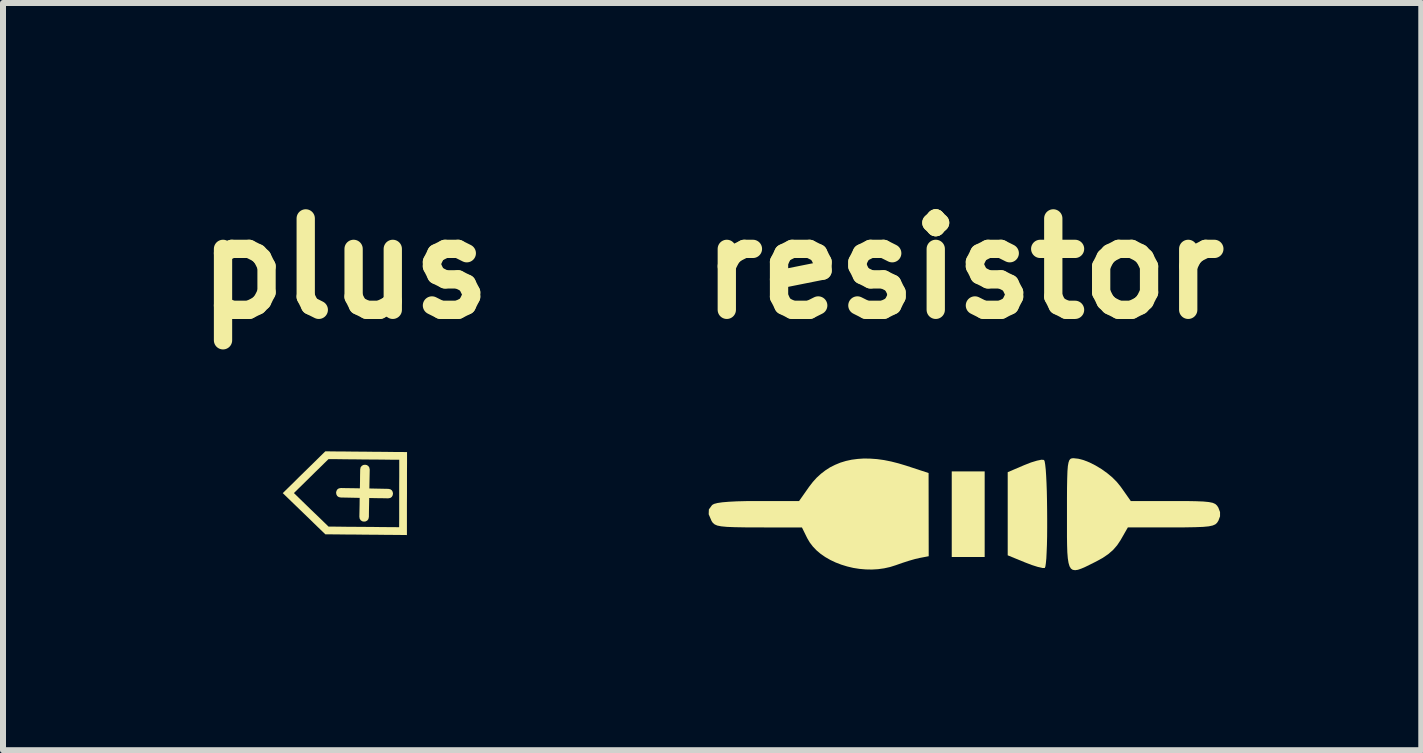
<source format=kicad_pcb>
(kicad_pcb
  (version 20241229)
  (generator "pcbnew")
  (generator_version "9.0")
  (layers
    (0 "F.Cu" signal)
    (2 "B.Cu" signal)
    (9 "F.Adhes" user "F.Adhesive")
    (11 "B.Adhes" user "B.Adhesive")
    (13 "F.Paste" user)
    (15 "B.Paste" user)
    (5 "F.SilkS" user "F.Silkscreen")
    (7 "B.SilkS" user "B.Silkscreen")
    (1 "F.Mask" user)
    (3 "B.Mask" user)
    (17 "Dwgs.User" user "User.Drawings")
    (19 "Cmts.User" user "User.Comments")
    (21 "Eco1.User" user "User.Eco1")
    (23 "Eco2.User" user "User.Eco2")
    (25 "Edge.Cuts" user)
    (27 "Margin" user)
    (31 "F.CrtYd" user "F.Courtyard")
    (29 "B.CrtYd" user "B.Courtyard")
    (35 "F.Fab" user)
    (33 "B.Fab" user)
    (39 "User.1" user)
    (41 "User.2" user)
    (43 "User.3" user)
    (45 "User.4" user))
  (footprint "resistor"
    (layer "F.Cu")
    (at 13.022 5.533)
    (property "Reference" "resistor" (at 0 -4.107 0) (layer "F.SilkS") (effects (font (size 1.524 1.524) (thickness 0.305))))
    (attr smd)
    (fp_poly (pts (xy 0.07 -0.724) (xy 0.344 -0.724) (xy 0.344 -0.011) (xy 0.344 0.703) (xy 0.07 0.703) (xy -0.205 0.703) (xy -0.205 -0.011) (xy -0.205 -0.724) (xy 0.07 -0.724)) (stroke (width 0) (type solid)) (fill yes) (layer "F.SilkS"))
    (fp_poly (pts (xy 1.004 -0.829) (xy 1.116 -0.873) (xy 1.215 -0.903) (xy 1.291 -0.919) (xy 1.333 -0.915) (xy 1.344 -0.891) (xy 1.353 -0.837) (xy 1.362 -0.756) (xy 1.369 -0.652) (xy 1.375 -0.529) (xy 1.38 -0.392) (xy 1.383 -0.245) (xy 1.385 -0.092) (xy 1.386 0.063) (xy 1.386 0.217) (xy 1.385 0.364) (xy 1.382 0.501) (xy 1.377 0.623) (xy 1.372 0.727) (xy 1.364 0.808) (xy 1.356 0.862) (xy 1.346 0.886) (xy 1.307 0.886) (xy 1.232 0.869) (xy 1.131 0.837) (xy 1.016 0.793) (xy 0.728 0.675) (xy 0.728 -0.018) (xy 0.728 -0.711) (xy 1.004 -0.829)) (stroke (width 0) (type solid)) (fill yes) (layer "F.SilkS"))
    (fp_poly (pts (xy 1.826 -0.944) (xy 1.907 -0.935) (xy 1.997 -0.911) (xy 2.093 -0.873) (xy 2.192 -0.823) (xy 2.29 -0.764) (xy 2.384 -0.697) (xy 2.472 -0.624) (xy 2.549 -0.546) (xy 2.613 -0.467) (xy 2.78 -0.23) (xy 3.481 -0.23) (xy 3.696 -0.23) (xy 3.864 -0.227) (xy 3.99 -0.222) (xy 4.082 -0.213) (xy 4.146 -0.2) (xy 4.189 -0.18) (xy 4.218 -0.154) (xy 4.24 -0.12) (xy 4.268 -0.046) (xy 4.268 0.025) (xy 4.24 0.099) (xy 4.218 0.133) (xy 4.189 0.159) (xy 4.145 0.178) (xy 4.079 0.192) (xy 3.984 0.201) (xy 3.853 0.206) (xy 3.68 0.209) (xy 3.456 0.209) (xy 2.731 0.21) (xy 2.609 0.423) (xy 2.553 0.507) (xy 2.486 0.584) (xy 2.406 0.654) (xy 2.312 0.718) (xy 2.201 0.779) (xy 2.107 0.826) (xy 2.026 0.866) (xy 1.957 0.896) (xy 1.899 0.916) (xy 1.852 0.923) (xy 1.813 0.917) (xy 1.782 0.896) (xy 1.759 0.858) (xy 1.742 0.801) (xy 1.73 0.725) (xy 1.722 0.627) (xy 1.718 0.506) (xy 1.716 0.361) (xy 1.716 0.189) (xy 1.716 -0.011) (xy 1.716 -0.255) (xy 1.717 -0.453) (xy 1.72 -0.608) (xy 1.724 -0.727) (xy 1.731 -0.814) (xy 1.742 -0.874) (xy 1.756 -0.912) (xy 1.774 -0.933) (xy 1.797 -0.942) (xy 1.826 -0.944)) (stroke (width 0) (type solid)) (fill yes) (layer "F.SilkS"))
    (fp_poly (pts (xy -4.2 -0.164) (xy -4.168 -0.182) (xy -4.111 -0.197) (xy -4.029 -0.209) (xy -3.921 -0.218) (xy -3.788 -0.225) (xy -3.628 -0.229) (xy -3.442 -0.23) (xy -2.75 -0.23) (xy -2.582 -0.469) (xy -2.521 -0.548) (xy -2.456 -0.62) (xy -2.386 -0.684) (xy -2.312 -0.741) (xy -2.233 -0.792) (xy -2.149 -0.834) (xy -2.062 -0.87) (xy -1.97 -0.898) (xy -1.874 -0.919) (xy -1.774 -0.932) (xy -1.67 -0.939) (xy -1.562 -0.937) (xy -1.45 -0.929) (xy -1.334 -0.913) (xy -1.215 -0.889) (xy -1.093 -0.858) (xy -0.966 -0.82) (xy -0.591 -0.697) (xy -0.59 -0.003) (xy -0.589 0.69) (xy -0.74 0.719) (xy -0.818 0.737) (xy -0.919 0.766) (xy -1.03 0.802) (xy -1.138 0.84) (xy -1.233 0.87) (xy -1.332 0.892) (xy -1.433 0.906) (xy -1.536 0.912) (xy -1.64 0.91) (xy -1.744 0.901) (xy -1.846 0.885) (xy -1.947 0.861) (xy -2.045 0.831) (xy -2.139 0.795) (xy -2.228 0.753) (xy -2.312 0.705) (xy -2.389 0.652) (xy -2.459 0.593) (xy -2.52 0.529) (xy -2.572 0.461) (xy -2.615 0.388) (xy -2.702 0.211) (xy -3.427 0.21) (xy -3.648 0.209) (xy -3.82 0.206) (xy -3.951 0.201) (xy -4.046 0.192) (xy -4.113 0.179) (xy -4.157 0.16) (xy -4.187 0.135) (xy -4.209 0.103) (xy -4.257 -0.009) (xy -4.254 -0.09) (xy -4.2 -0.164)) (stroke (width 0) (type solid)) (fill yes) (layer "F.SilkS")))
  (footprint "plus"
    (layer "F.Cu")
    (at 2.7 5.172)
    (property "Reference" "plus" (at 0 -3.746 0) (layer "F.SilkS") (effects (font (size 1.524 1.524) (thickness 0.305))))
    (attr smd)
    (fp_poly (pts (xy -0.066 -0.086) (xy -0.101 -0.08) (xy -0.126 -0.063) (xy -0.141 -0.037) (xy -0.147 -0.008) (xy -0.142 0.021) (xy -0.128 0.047) (xy -0.103 0.065) (xy -0.069 0.072) (xy 0.03 0.074) (xy 0.129 0.076) (xy 0.227 0.078) (xy 0.326 0.079) (xy 0.425 0.081) (xy 0.523 0.083) (xy 0.622 0.084) (xy 0.721 0.086) (xy 0.756 0.08) (xy 0.781 0.063) (xy 0.796 0.037) (xy 0.802 0.008) (xy 0.797 -0.021) (xy 0.783 -0.047) (xy 0.758 -0.065) (xy 0.724 -0.072) (xy 0.625 -0.074) (xy 0.526 -0.076) (xy 0.428 -0.078) (xy 0.329 -0.079) (xy 0.23 -0.081) (xy 0.131 -0.083) (xy 0.033 -0.084) (xy -0.066 -0.086)) (stroke (width 0) (type solid)) (fill yes) (layer "F.SilkS"))
    (fp_poly (pts (xy 0.241 0.393) (xy 0.247 0.428) (xy 0.265 0.453) (xy 0.29 0.469) (xy 0.319 0.474) (xy 0.348 0.47) (xy 0.374 0.455) (xy 0.392 0.431) (xy 0.4 0.396) (xy 0.401 0.297) (xy 0.403 0.199) (xy 0.405 0.1) (xy 0.407 0.001) (xy 0.408 -0.097) (xy 0.41 -0.196) (xy 0.412 -0.295) (xy 0.414 -0.393) (xy 0.407 -0.428) (xy 0.39 -0.453) (xy 0.365 -0.469) (xy 0.336 -0.474) (xy 0.306 -0.47) (xy 0.281 -0.455) (xy 0.262 -0.431) (xy 0.255 -0.396) (xy 0.253 -0.298) (xy 0.252 -0.199) (xy 0.25 -0.1) (xy 0.248 -0.002) (xy 0.246 0.097) (xy 0.245 0.196) (xy 0.243 0.295) (xy 0.241 0.393)) (stroke (width 0) (type solid)) (fill yes) (layer "F.SilkS"))
    (fp_poly (pts (xy -0.326 -0.698) (xy -0.273 -0.568) (xy -0.126 -0.567) (xy 0.021 -0.565) (xy 0.169 -0.564) (xy 0.316 -0.562) (xy 0.464 -0.561) (xy 0.611 -0.56) (xy 0.759 -0.558) (xy 0.906 -0.557) (xy 0.906 -0.416) (xy 0.906 -0.276) (xy 0.905 -0.135) (xy 0.905 0.005) (xy 0.905 0.146) (xy 0.905 0.286) (xy 0.905 0.427) (xy 0.904 0.567) (xy 0.757 0.566) (xy 0.61 0.565) (xy 0.463 0.563) (xy 0.316 0.562) (xy 0.168 0.561) (xy 0.021 0.56) (xy -0.126 0.558) (xy -0.273 0.557) (xy -0.345 0.487) (xy -0.417 0.417) (xy -0.49 0.347) (xy -0.562 0.278) (xy -0.634 0.208) (xy -0.706 0.138) (xy -0.778 0.068) (xy -0.85 -0.002) (xy -0.778 -0.073) (xy -0.706 -0.143) (xy -0.634 -0.214) (xy -0.562 -0.285) (xy -0.49 -0.356) (xy -0.418 -0.426) (xy -0.346 -0.497) (xy -0.273 -0.568) (xy -0.326 -0.698) (xy -0.415 -0.611) (xy -0.503 -0.524) (xy -0.592 -0.437) (xy -0.681 -0.35) (xy -0.77 -0.263) (xy -0.858 -0.175) (xy -0.947 -0.088) (xy -1.036 -0.001) (xy -0.947 0.085) (xy -0.858 0.171) (xy -0.77 0.256) (xy -0.681 0.342) (xy -0.592 0.428) (xy -0.504 0.514) (xy -0.415 0.6) (xy -0.326 0.686) (xy -0.156 0.687) (xy 0.014 0.689) (xy 0.184 0.69) (xy 0.354 0.692) (xy 0.524 0.693) (xy 0.694 0.695) (xy 0.864 0.696) (xy 1.034 0.698) (xy 1.034 0.525) (xy 1.034 0.352) (xy 1.034 0.179) (xy 1.035 0.007) (xy 1.035 -0.166) (xy 1.035 -0.339) (xy 1.036 -0.512) (xy 1.036 -0.685) (xy 1.028 -0.685) (xy 1.02 -0.685) (xy 1.012 -0.685) (xy 1.004 -0.685) (xy 0.996 -0.685) (xy 0.988 -0.685) (xy 0.98 -0.686) (xy 0.972 -0.686) (xy 0.809 -0.687) (xy 0.647 -0.689) (xy 0.485 -0.69) (xy 0.323 -0.692) (xy 0.161 -0.693) (xy -0.002 -0.695) (xy -0.164 -0.696) (xy -0.326 -0.698)) (stroke (width 0) (type solid)) (fill yes) (layer "F.SilkS")))
  (gr_rect
    (start -3 -3)
    (end 20.645 9.457)
    (stroke (width 0.1) (type default))
    (fill no)
    (layer "Edge.Cuts")))
</source>
